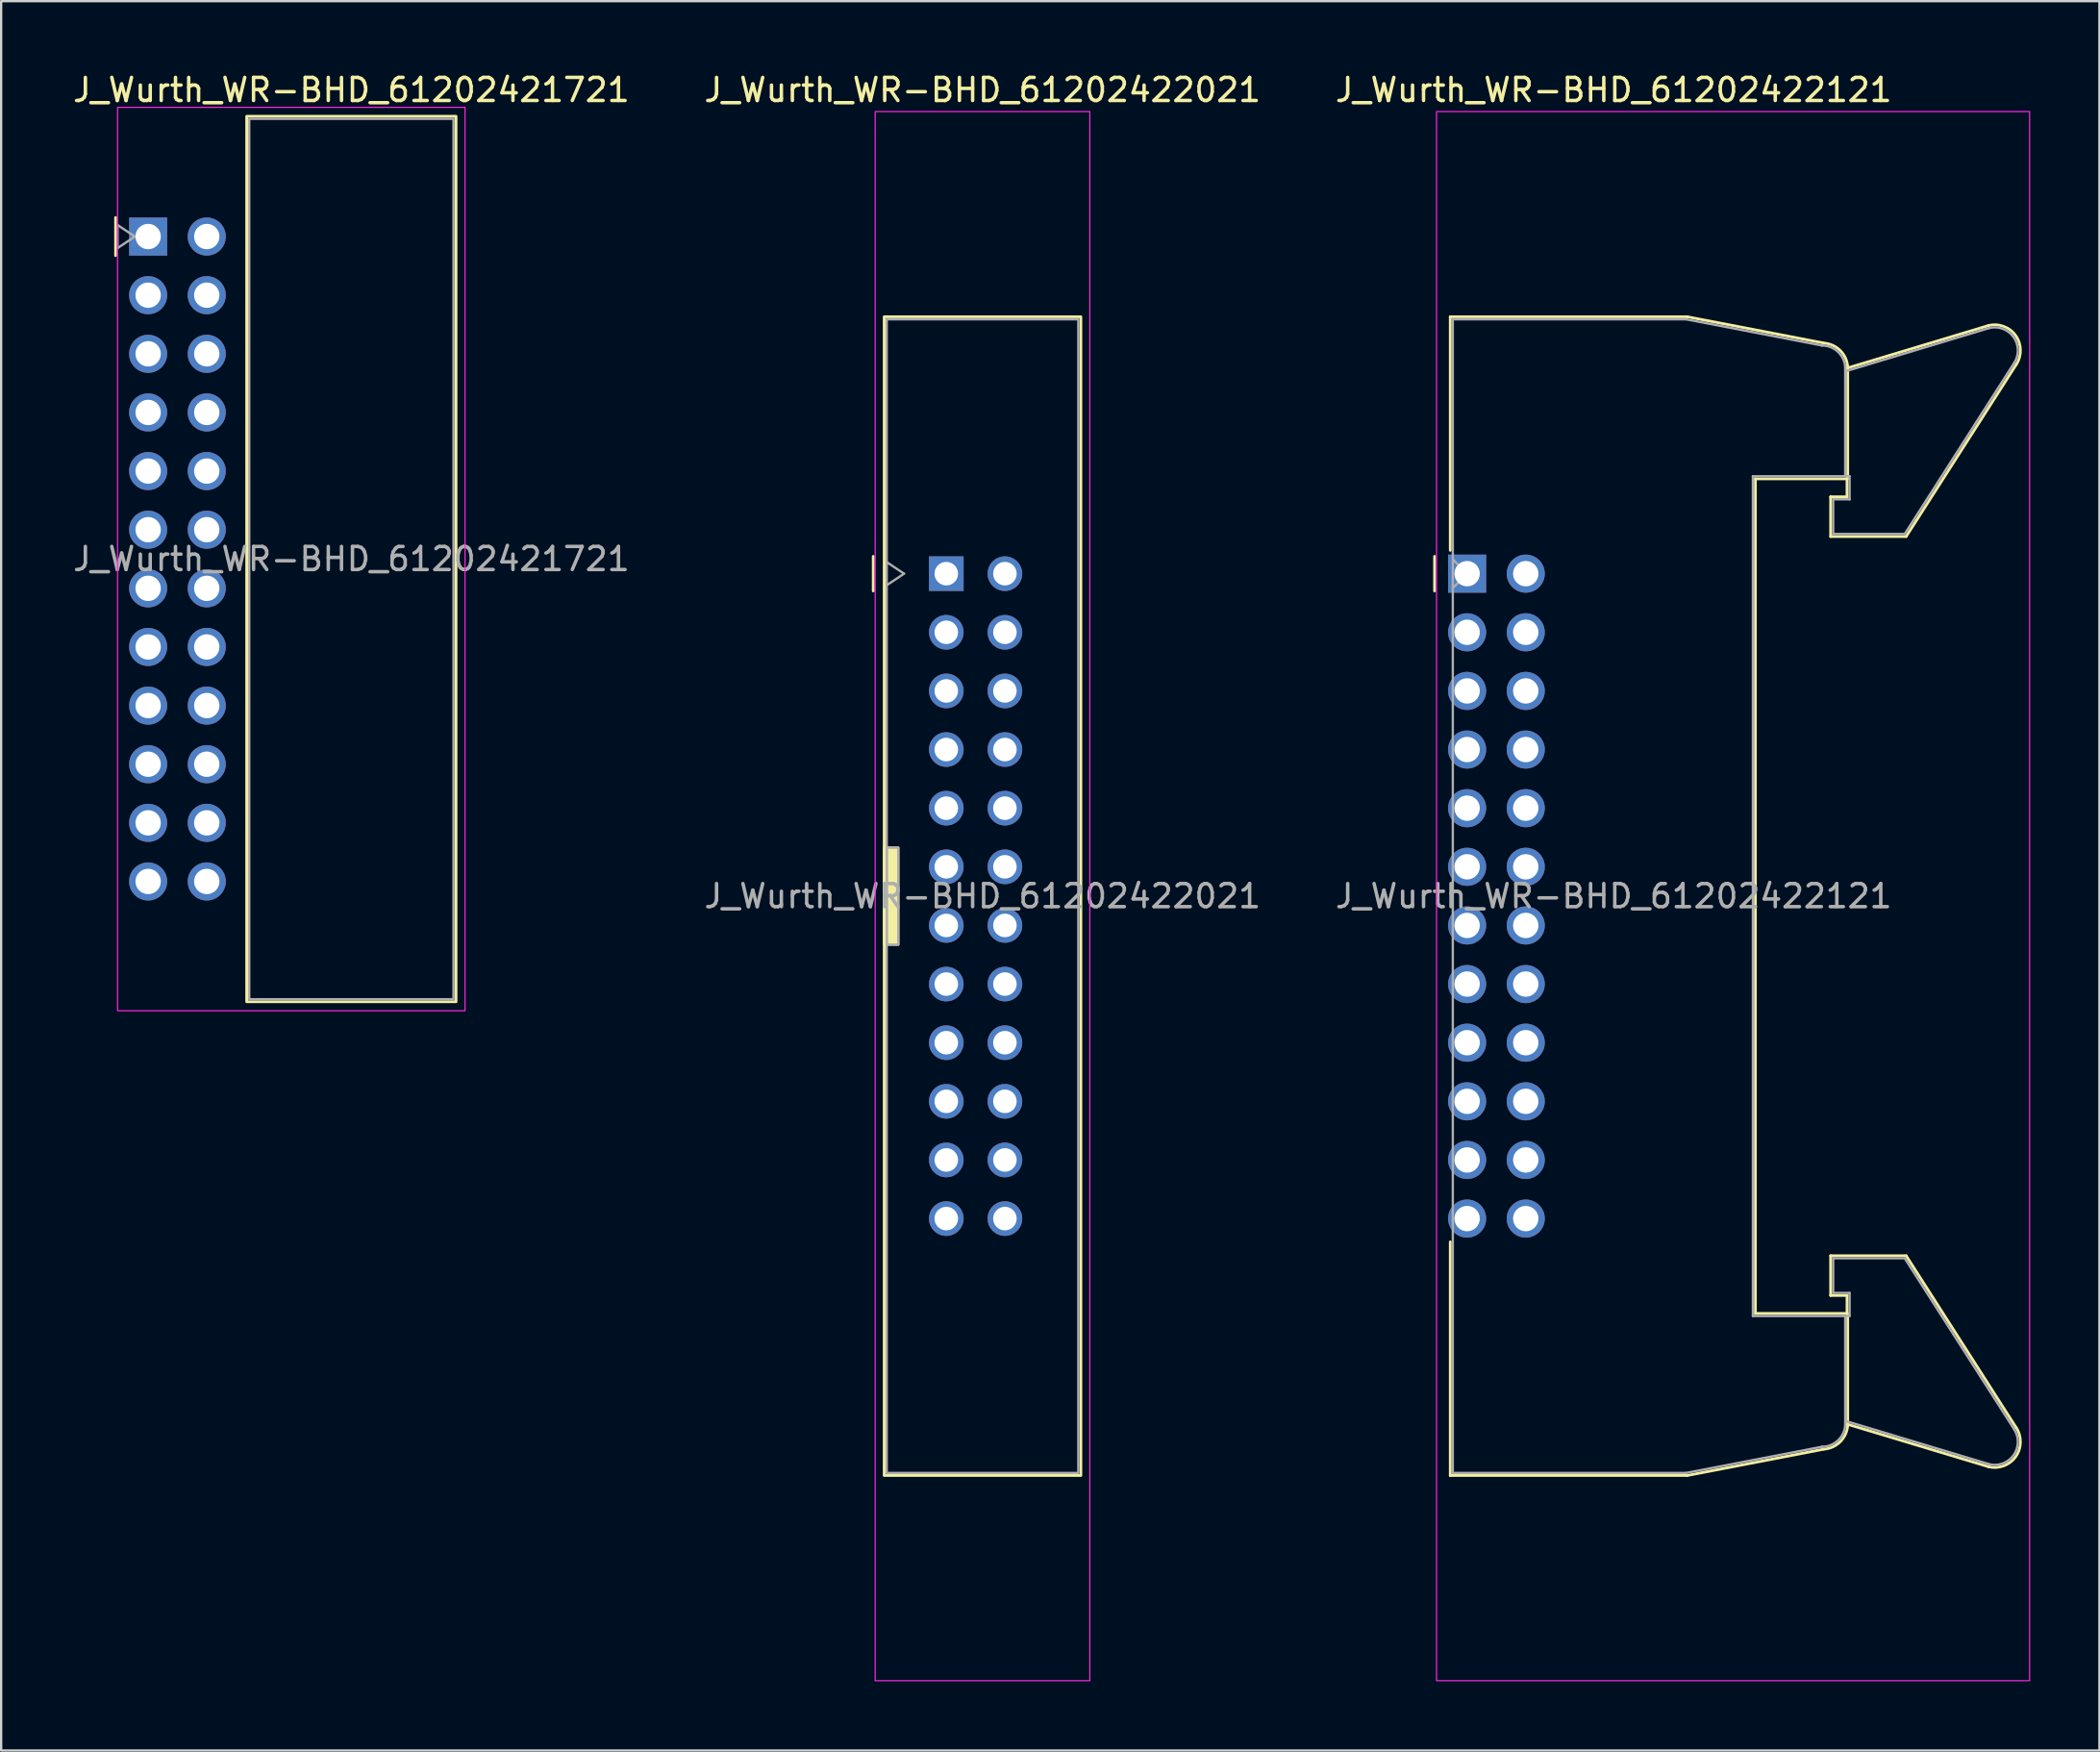
<source format=kicad_pcb>
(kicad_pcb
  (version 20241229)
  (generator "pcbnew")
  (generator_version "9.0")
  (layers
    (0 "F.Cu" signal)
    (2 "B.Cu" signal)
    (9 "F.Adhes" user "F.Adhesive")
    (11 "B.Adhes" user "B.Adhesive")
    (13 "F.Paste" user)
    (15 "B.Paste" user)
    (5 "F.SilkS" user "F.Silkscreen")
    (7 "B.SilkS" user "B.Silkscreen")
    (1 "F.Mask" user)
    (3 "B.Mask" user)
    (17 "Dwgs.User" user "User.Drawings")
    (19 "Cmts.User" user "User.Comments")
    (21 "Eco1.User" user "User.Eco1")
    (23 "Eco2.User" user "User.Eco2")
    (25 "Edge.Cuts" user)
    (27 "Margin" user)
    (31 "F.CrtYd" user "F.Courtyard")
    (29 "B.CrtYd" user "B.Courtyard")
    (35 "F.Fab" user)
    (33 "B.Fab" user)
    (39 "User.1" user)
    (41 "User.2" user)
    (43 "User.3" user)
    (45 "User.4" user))
  (footprint "J_Wurth_WR-BHD_61202422021"
    (layer "F.Cu")
    (at 37.948 21.803)
    (property "Reference" "J_Wurth_WR-BHD_61202422021" (at 1.57 -20.955 0) (unlocked yes) (layer "F.SilkS") (effects (font (size 1 1) (thickness 0.15))))
    (attr through_hole)
    (fp_line (start -3.165 -0.75) (end -3.165 0.75) (stroke (width 0.12) (type solid)) (layer "F.SilkS"))
    (fp_rect (start -2.69 -11.13) (end 5.83 39.07) (stroke (width 0.12) (type solid)) (fill no) (layer "F.SilkS"))
    (fp_rect (start -2.69 11.87) (end -2.08 16.07) (stroke (width 0.1) (type solid)) (fill yes) (layer "F.SilkS"))
    (fp_rect (start -3.08 -20.02) (end 6.22 47.96) (stroke (width 0.05) (type solid)) (fill no) (layer "F.CrtYd"))
    (fp_line (start -1.83 0) (end -2.58 -0.5) (stroke (width 0.1) (type solid)) (layer "F.Fab"))
    (fp_line (start -1.83 0) (end -2.58 0.5) (stroke (width 0.1) (type solid)) (layer "F.Fab"))
    (fp_rect (start -2.58 -11.02) (end 5.72 38.96) (stroke (width 0.1) (type solid)) (fill no) (layer "F.Fab"))
    (fp_rect (start -2.58 11.87) (end -2.08 16.07) (stroke (width 0.1) (type solid)) (fill no) (layer "F.Fab"))
    (fp_text user "${REFERENCE}" (at 1.57 13.97 0) (unlocked yes) (layer "F.Fab") (effects (font (size 1 1) (thickness 0.15))))
    (pad "1" thru_hole rect (at 0 0 270) (size 1.5 1.5) (drill 1.02) (layers "*.Cu" "*.Mask"))
    (pad "2" thru_hole circle (at 2.54 0 270) (size 1.5 1.5) (drill 1.02) (layers "*.Cu" "*.Mask"))
    (pad "3" thru_hole circle (at 0 2.54 270) (size 1.5 1.5) (drill 1.02) (layers "*.Cu" "*.Mask"))
    (pad "4" thru_hole circle (at 2.54 2.54 270) (size 1.5 1.5) (drill 1.02) (layers "*.Cu" "*.Mask"))
    (pad "5" thru_hole circle (at 0 5.08 270) (size 1.5 1.5) (drill 1.02) (layers "*.Cu" "*.Mask"))
    (pad "6" thru_hole circle (at 2.54 5.08 270) (size 1.5 1.5) (drill 1.02) (layers "*.Cu" "*.Mask"))
    (pad "7" thru_hole circle (at 0 7.62 270) (size 1.5 1.5) (drill 1.02) (layers "*.Cu" "*.Mask"))
    (pad "8" thru_hole circle (at 2.54 7.62 270) (size 1.5 1.5) (drill 1.02) (layers "*.Cu" "*.Mask"))
    (pad "9" thru_hole circle (at 0 10.16 270) (size 1.5 1.5) (drill 1.02) (layers "*.Cu" "*.Mask"))
    (pad "10" thru_hole circle (at 2.54 10.16 270) (size 1.5 1.5) (drill 1.02) (layers "*.Cu" "*.Mask"))
    (pad "11" thru_hole circle (at 0 12.7 270) (size 1.5 1.5) (drill 1.02) (layers "*.Cu" "*.Mask"))
    (pad "12" thru_hole circle (at 2.54 12.7 270) (size 1.5 1.5) (drill 1.02) (layers "*.Cu" "*.Mask"))
    (pad "13" thru_hole circle (at 0 15.24 270) (size 1.5 1.5) (drill 1.02) (layers "*.Cu" "*.Mask"))
    (pad "14" thru_hole circle (at 2.54 15.24 270) (size 1.5 1.5) (drill 1.02) (layers "*.Cu" "*.Mask"))
    (pad "15" thru_hole circle (at 0 17.78 270) (size 1.5 1.5) (drill 1.02) (layers "*.Cu" "*.Mask"))
    (pad "16" thru_hole circle (at 2.54 17.78 270) (size 1.5 1.5) (drill 1.02) (layers "*.Cu" "*.Mask"))
    (pad "17" thru_hole circle (at 0 20.32 270) (size 1.5 1.5) (drill 1.02) (layers "*.Cu" "*.Mask"))
    (pad "18" thru_hole circle (at 2.54 20.32 270) (size 1.5 1.5) (drill 1.02) (layers "*.Cu" "*.Mask"))
    (pad "19" thru_hole circle (at 0 22.86 270) (size 1.5 1.5) (drill 1.02) (layers "*.Cu" "*.Mask"))
    (pad "20" thru_hole circle (at 2.54 22.86 270) (size 1.5 1.5) (drill 1.02) (layers "*.Cu" "*.Mask"))
    (pad "21" thru_hole circle (at 0 25.4 270) (size 1.5 1.5) (drill 1.02) (layers "*.Cu" "*.Mask"))
    (pad "22" thru_hole circle (at 2.54 25.4 270) (size 1.5 1.5) (drill 1.02) (layers "*.Cu" "*.Mask"))
    (pad "23" thru_hole circle (at 0 27.94 270) (size 1.5 1.5) (drill 1.02) (layers "*.Cu" "*.Mask"))
    (pad "24" thru_hole circle (at 2.54 27.94 270) (size 1.5 1.5) (drill 1.02) (layers "*.Cu" "*.Mask")))
  (footprint "J_Wurth_WR-BHD_61202422121"
    (layer "F.Cu")
    (at 60.513 21.803)
    (property "Reference" "J_Wurth_WR-BHD_61202422121" (at 6.35 -20.955 0) (unlocked yes) (layer "F.SilkS") (effects (font (size 1 1) (thickness 0.15))))
    (attr through_hole)
    (fp_line (start -1.41 -0.75) (end -1.41 0.75) (stroke (width 0.12) (type solid)) (layer "F.SilkS"))
    (fp_line (start -0.73 -11.13) (end -0.73 -1.01) (stroke (width 0.12) (type solid)) (layer "F.SilkS"))
    (fp_line (start -0.73 -11.13) (end 9.534 -11.13) (stroke (width 0.12) (type solid)) (layer "F.SilkS"))
    (fp_line (start -0.73 39.07) (end -0.73 28.95) (stroke (width 0.12) (type solid)) (layer "F.SilkS"))
    (fp_line (start -0.73 39.07) (end 9.534 39.07) (stroke (width 0.12) (type solid)) (layer "F.SilkS"))
    (fp_line (start 9.534 -11.13) (end 15.443 -9.992) (stroke (width 0.12) (type solid)) (layer "F.SilkS"))
    (fp_line (start 9.534 39.07) (end 15.443 37.932) (stroke (width 0.12) (type solid)) (layer "F.SilkS"))
    (fp_line (start 12.49 32.05) (end 12.49 -4.11) (stroke (width 0.12) (type solid)) (layer "F.SilkS"))
    (fp_line (start 15.75 -3.33) (end 15.75 -1.61) (stroke (width 0.12) (type solid)) (layer "F.SilkS"))
    (fp_line (start 15.75 -1.61) (end 19.021 -1.61) (stroke (width 0.12) (type solid)) (layer "F.SilkS"))
    (fp_line (start 15.75 29.55) (end 19.021 29.55) (stroke (width 0.12) (type solid)) (layer "F.SilkS"))
    (fp_line (start 15.75 31.27) (end 15.75 29.55) (stroke (width 0.12) (type solid)) (layer "F.SilkS"))
    (fp_line (start 16.46 -4.11) (end 12.49 -4.11) (stroke (width 0.12) (type solid)) (layer "F.SilkS"))
    (fp_line (start 16.46 -4.11) (end 16.46 -3.33) (stroke (width 0.12) (type solid)) (layer "F.SilkS"))
    (fp_line (start 16.46 -3.33) (end 15.75 -3.33) (stroke (width 0.12) (type solid)) (layer "F.SilkS"))
    (fp_line (start 16.46 31.27) (end 15.75 31.27) (stroke (width 0.12) (type solid)) (layer "F.SilkS"))
    (fp_line (start 16.46 32.05) (end 12.49 32.05) (stroke (width 0.12) (type solid)) (layer "F.SilkS"))
    (fp_line (start 16.46 32.05) (end 16.46 31.27) (stroke (width 0.12) (type solid)) (layer "F.SilkS"))
    (fp_line (start 16.49 -8.975) (end 16.49 -4.11) (stroke (width 0.12) (type solid)) (layer "F.SilkS"))
    (fp_line (start 16.49 36.915) (end 16.49 32.05) (stroke (width 0.12) (type solid)) (layer "F.SilkS"))
    (fp_line (start 19.021 -1.61) (end 23.789 -9.059) (stroke (width 0.12) (type solid)) (layer "F.SilkS"))
    (fp_line (start 19.021 29.55) (end 23.789 36.999) (stroke (width 0.12) (type solid)) (layer "F.SilkS"))
    (fp_line (start 22.581 -10.747) (end 16.491 -8.914) (stroke (width 0.12) (type solid)) (layer "F.SilkS"))
    (fp_line (start 22.581 38.687) (end 16.491 36.854) (stroke (width 0.12) (type solid)) (layer "F.SilkS"))
    (fp_arc (start 15.442979 -9.98974) (mid 16.176162 -9.655638) (end 16.491006 -8.913981) (stroke (width 0.12) (type solid)) (layer "F.SilkS"))
    (fp_arc (start 16.491006 36.853981) (mid 16.176162 37.595638) (end 15.442979 37.92974) (stroke (width 0.12) (type solid)) (layer "F.SilkS"))
    (fp_arc (start 22.581 -10.747) (mid 23.764714 -10.317505) (end 23.789444 -9.058524) (stroke (width 0.12) (type solid)) (layer "F.SilkS"))
    (fp_arc (start 23.789444 36.998524) (mid 23.764714 38.257505) (end 22.581 38.687) (stroke (width 0.12) (type solid)) (layer "F.SilkS"))
    (fp_rect (start -1.325 -20.02) (end 24.37 47.96) (stroke (width 0.05) (type solid)) (fill no) (layer "F.CrtYd"))
    (fp_line (start -0.62 -11.02) (end 9.484 -11.02) (stroke (width 0.1) (type solid)) (layer "F.Fab"))
    (fp_line (start -0.62 38.96) (end -0.62 -11.02) (stroke (width 0.1) (type solid)) (layer "F.Fab"))
    (fp_line (start -0.62 38.96) (end 9.484 38.96) (stroke (width 0.1) (type solid)) (layer "F.Fab"))
    (fp_line (start 0 0) (end -0.62 -0.62) (stroke (width 0.1) (type solid)) (layer "F.Fab"))
    (fp_line (start 0 0) (end -0.62 0.62) (stroke (width 0.1) (type solid)) (layer "F.Fab"))
    (fp_line (start 9.484 -11.02) (end 15.381 -9.884) (stroke (width 0.1) (type solid)) (layer "F.Fab"))
    (fp_line (start 9.484 38.96) (end 15.381 37.824) (stroke (width 0.1) (type solid)) (layer "F.Fab"))
    (fp_line (start 12.38 32.16) (end 12.38 -4.22) (stroke (width 0.1) (type solid)) (layer "F.Fab"))
    (fp_line (start 15.86 -1.72) (end 15.86 -3.22) (stroke (width 0.1) (type solid)) (layer "F.Fab"))
    (fp_line (start 15.86 -1.72) (end 18.96 -1.72) (stroke (width 0.1) (type solid)) (layer "F.Fab"))
    (fp_line (start 15.86 29.66) (end 18.96 29.66) (stroke (width 0.1) (type solid)) (layer "F.Fab"))
    (fp_line (start 15.86 31.16) (end 15.86 29.66) (stroke (width 0.1) (type solid)) (layer "F.Fab"))
    (fp_line (start 16.38 -8.975) (end 16.38 -4.22) (stroke (width 0.1) (type solid)) (layer "F.Fab"))
    (fp_line (start 16.38 36.915) (end 16.38 32.16) (stroke (width 0.1) (type solid)) (layer "F.Fab"))
    (fp_line (start 16.57 -4.22) (end 12.38 -4.22) (stroke (width 0.1) (type solid)) (layer "F.Fab"))
    (fp_line (start 16.57 -4.22) (end 16.57 -3.22) (stroke (width 0.1) (type solid)) (layer "F.Fab"))
    (fp_line (start 16.57 -3.22) (end 15.86 -3.22) (stroke (width 0.1) (type solid)) (layer "F.Fab"))
    (fp_line (start 16.57 31.16) (end 15.86 31.16) (stroke (width 0.1) (type solid)) (layer "F.Fab"))
    (fp_line (start 16.57 32.16) (end 12.38 32.16) (stroke (width 0.1) (type solid)) (layer "F.Fab"))
    (fp_line (start 16.57 32.16) (end 16.57 31.16) (stroke (width 0.1) (type solid)) (layer "F.Fab"))
    (fp_line (start 18.96 -1.72) (end 23.696 -9.12) (stroke (width 0.1) (type solid)) (layer "F.Fab"))
    (fp_line (start 18.96 29.66) (end 23.696 37.06) (stroke (width 0.1) (type solid)) (layer "F.Fab"))
    (fp_line (start 22.571 -10.627) (end 16.481 -8.794) (stroke (width 0.1) (type solid)) (layer "F.Fab"))
    (fp_line (start 22.571 38.567) (end 16.481 36.734) (stroke (width 0.1) (type solid)) (layer "F.Fab"))
    (fp_arc (start 15.380999 -9.884) (mid 16.05791 -9.620576) (end 16.38 -8.969532) (stroke (width 0.1) (type solid)) (layer "F.Fab"))
    (fp_arc (start 16.38 36.909532) (mid 16.05791 37.560576) (end 15.380999 37.824) (stroke (width 0.1) (type solid)) (layer "F.Fab"))
    (fp_arc (start 22.573383 -10.628774) (mid 23.662842 -10.267362) (end 23.696001 -9.12) (stroke (width 0.1) (type solid)) (layer "F.Fab"))
    (fp_arc (start 23.696001 37.06) (mid 23.662842 38.207363) (end 22.573383 38.568774) (stroke (width 0.1) (type solid)) (layer "F.Fab"))
    (fp_text user "${REFERENCE}" (at 6.35 13.97 0) (unlocked yes) (layer "F.Fab") (effects (font (size 1 1) (thickness 0.15))))
    (pad "1" thru_hole rect (at 0 0 90) (size 1.65 1.65) (drill 1.1) (layers "*.Cu" "*.Mask"))
    (pad "2" thru_hole circle (at 2.54 0 90) (size 1.65 1.65) (drill 1.1) (layers "*.Cu" "*.Mask"))
    (pad "3" thru_hole circle (at 0 2.54 90) (size 1.65 1.65) (drill 1.1) (layers "*.Cu" "*.Mask"))
    (pad "4" thru_hole circle (at 2.54 2.54 90) (size 1.65 1.65) (drill 1.1) (layers "*.Cu" "*.Mask"))
    (pad "5" thru_hole circle (at 0 5.08 90) (size 1.65 1.65) (drill 1.1) (layers "*.Cu" "*.Mask"))
    (pad "6" thru_hole circle (at 2.54 5.08 90) (size 1.65 1.65) (drill 1.1) (layers "*.Cu" "*.Mask"))
    (pad "7" thru_hole circle (at 0 7.62 90) (size 1.65 1.65) (drill 1.1) (layers "*.Cu" "*.Mask"))
    (pad "8" thru_hole circle (at 2.54 7.62 90) (size 1.65 1.65) (drill 1.1) (layers "*.Cu" "*.Mask"))
    (pad "9" thru_hole circle (at 0 10.16 90) (size 1.65 1.65) (drill 1.1) (layers "*.Cu" "*.Mask"))
    (pad "10" thru_hole circle (at 2.54 10.16 90) (size 1.65 1.65) (drill 1.1) (layers "*.Cu" "*.Mask"))
    (pad "11" thru_hole circle (at 0 12.7 90) (size 1.65 1.65) (drill 1.1) (layers "*.Cu" "*.Mask"))
    (pad "12" thru_hole circle (at 2.54 12.7 90) (size 1.65 1.65) (drill 1.1) (layers "*.Cu" "*.Mask"))
    (pad "13" thru_hole circle (at 0 15.24 90) (size 1.65 1.65) (drill 1.1) (layers "*.Cu" "*.Mask"))
    (pad "14" thru_hole circle (at 2.54 15.24 90) (size 1.65 1.65) (drill 1.1) (layers "*.Cu" "*.Mask"))
    (pad "15" thru_hole circle (at 0 17.78 90) (size 1.65 1.65) (drill 1.1) (layers "*.Cu" "*.Mask"))
    (pad "16" thru_hole circle (at 2.54 17.78 90) (size 1.65 1.65) (drill 1.1) (layers "*.Cu" "*.Mask"))
    (pad "17" thru_hole circle (at 0 20.32 90) (size 1.65 1.65) (drill 1.1) (layers "*.Cu" "*.Mask"))
    (pad "18" thru_hole circle (at 2.54 20.32 90) (size 1.65 1.65) (drill 1.1) (layers "*.Cu" "*.Mask"))
    (pad "19" thru_hole circle (at 0 22.86 90) (size 1.65 1.65) (drill 1.1) (layers "*.Cu" "*.Mask"))
    (pad "20" thru_hole circle (at 2.54 22.86 90) (size 1.65 1.65) (drill 1.1) (layers "*.Cu" "*.Mask"))
    (pad "21" thru_hole circle (at 0 25.4 90) (size 1.65 1.65) (drill 1.1) (layers "*.Cu" "*.Mask"))
    (pad "22" thru_hole circle (at 2.54 25.4 90) (size 1.65 1.65) (drill 1.1) (layers "*.Cu" "*.Mask"))
    (pad "23" thru_hole circle (at 0 27.94 90) (size 1.65 1.65) (drill 1.1) (layers "*.Cu" "*.Mask"))
    (pad "24" thru_hole circle (at 2.54 27.94 90) (size 1.65 1.65) (drill 1.1) (layers "*.Cu" "*.Mask")))
  (footprint "J_Wurth_WR-BHD_61202421721"
    (layer "F.Cu")
    (at 3.368 7.198)
    (property "Reference" "J_Wurth_WR-BHD_61202421721" (at 8.805 -6.35 0) (unlocked yes) (layer "F.SilkS") (effects (font (size 1 1) (thickness 0.15))))
    (attr through_hole)
    (fp_line (start -1.41 0.825) (end -1.41 -0.825) (stroke (width 0.12) (type solid)) (layer "F.SilkS"))
    (fp_rect (start 4.27 -5.21) (end 13.34 33.15) (stroke (width 0.12) (type solid)) (fill no) (layer "F.SilkS"))
    (fp_rect (start -1.325 -5.6) (end 13.73 33.54) (stroke (width 0.05) (type solid)) (fill no) (layer "F.CrtYd"))
    (fp_line (start -1.325 0.5) (end -1.325 -0.5) (stroke (width 0.1) (type default)) (layer "F.Fab"))
    (fp_line (start -0.575 0) (end -1.325 -0.5) (stroke (width 0.1) (type solid)) (layer "F.Fab"))
    (fp_line (start -0.575 0) (end -1.325 0.5) (stroke (width 0.1) (type solid)) (layer "F.Fab"))
    (fp_rect (start 4.38 -5.1) (end 13.23 33.04) (stroke (width 0.1) (type solid)) (fill no) (layer "F.Fab"))
    (fp_text user "${REFERENCE}" (at 8.805 13.97 0) (unlocked yes) (layer "F.Fab") (effects (font (size 1 1) (thickness 0.15))))
    (pad "1" thru_hole rect (at 0 0 90) (size 1.65 1.65) (drill 1.1) (layers "*.Cu" "*.Mask"))
    (pad "2" thru_hole circle (at 2.54 0 90) (size 1.65 1.65) (drill 1.1) (layers "*.Cu" "*.Mask"))
    (pad "3" thru_hole circle (at 0 2.54 90) (size 1.65 1.65) (drill 1.1) (layers "*.Cu" "*.Mask"))
    (pad "4" thru_hole circle (at 2.54 2.54 90) (size 1.65 1.65) (drill 1.1) (layers "*.Cu" "*.Mask"))
    (pad "5" thru_hole circle (at 0 5.08 90) (size 1.65 1.65) (drill 1.1) (layers "*.Cu" "*.Mask"))
    (pad "6" thru_hole circle (at 2.54 5.08 90) (size 1.65 1.65) (drill 1.1) (layers "*.Cu" "*.Mask"))
    (pad "7" thru_hole circle (at 0 7.62 90) (size 1.65 1.65) (drill 1.1) (layers "*.Cu" "*.Mask"))
    (pad "8" thru_hole circle (at 2.54 7.62 90) (size 1.65 1.65) (drill 1.1) (layers "*.Cu" "*.Mask"))
    (pad "9" thru_hole circle (at 0 10.16 90) (size 1.65 1.65) (drill 1.1) (layers "*.Cu" "*.Mask"))
    (pad "10" thru_hole circle (at 2.54 10.16 90) (size 1.65 1.65) (drill 1.1) (layers "*.Cu" "*.Mask"))
    (pad "11" thru_hole circle (at 0 12.7 90) (size 1.65 1.65) (drill 1.1) (layers "*.Cu" "*.Mask"))
    (pad "12" thru_hole circle (at 2.54 12.7 90) (size 1.65 1.65) (drill 1.1) (layers "*.Cu" "*.Mask"))
    (pad "13" thru_hole circle (at 0 15.24 90) (size 1.65 1.65) (drill 1.1) (layers "*.Cu" "*.Mask"))
    (pad "14" thru_hole circle (at 2.54 15.24 90) (size 1.65 1.65) (drill 1.1) (layers "*.Cu" "*.Mask"))
    (pad "15" thru_hole circle (at 0 17.78 90) (size 1.65 1.65) (drill 1.1) (layers "*.Cu" "*.Mask"))
    (pad "16" thru_hole circle (at 2.54 17.78 90) (size 1.65 1.65) (drill 1.1) (layers "*.Cu" "*.Mask"))
    (pad "17" thru_hole circle (at 0 20.32 90) (size 1.65 1.65) (drill 1.1) (layers "*.Cu" "*.Mask"))
    (pad "18" thru_hole circle (at 2.54 20.32 90) (size 1.65 1.65) (drill 1.1) (layers "*.Cu" "*.Mask"))
    (pad "19" thru_hole circle (at 0 22.86 90) (size 1.65 1.65) (drill 1.1) (layers "*.Cu" "*.Mask"))
    (pad "20" thru_hole circle (at 2.54 22.86 90) (size 1.65 1.65) (drill 1.1) (layers "*.Cu" "*.Mask"))
    (pad "21" thru_hole circle (at 0 25.4 90) (size 1.65 1.65) (drill 1.1) (layers "*.Cu" "*.Mask"))
    (pad "22" thru_hole circle (at 2.54 25.4 90) (size 1.65 1.65) (drill 1.1) (layers "*.Cu" "*.Mask"))
    (pad "23" thru_hole circle (at 0 27.94 90) (size 1.65 1.65) (drill 1.1) (layers "*.Cu" "*.Mask"))
    (pad "24" thru_hole circle (at 2.54 27.94 90) (size 1.65 1.65) (drill 1.1) (layers "*.Cu" "*.Mask")))
  (gr_rect
    (start -3 -3)
    (end 87.908 72.788)
    (stroke (width 0.1) (type default))
    (fill no)
    (layer "Edge.Cuts")))
</source>
